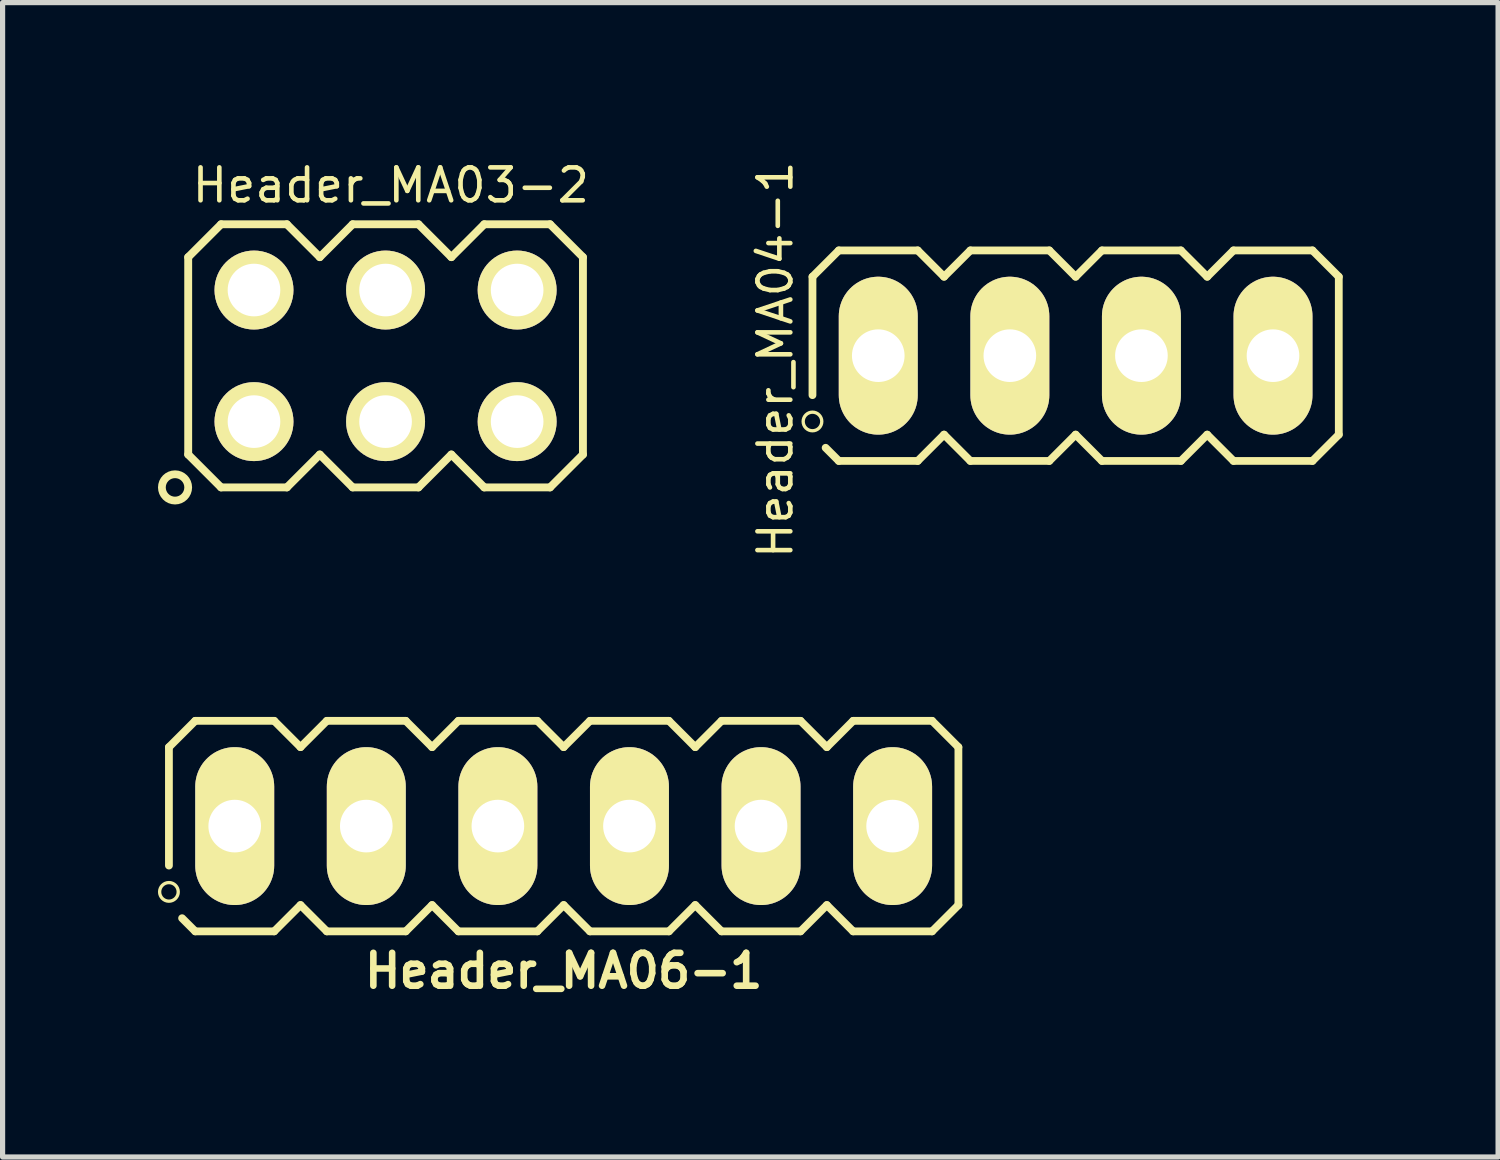
<source format=kicad_pcb>
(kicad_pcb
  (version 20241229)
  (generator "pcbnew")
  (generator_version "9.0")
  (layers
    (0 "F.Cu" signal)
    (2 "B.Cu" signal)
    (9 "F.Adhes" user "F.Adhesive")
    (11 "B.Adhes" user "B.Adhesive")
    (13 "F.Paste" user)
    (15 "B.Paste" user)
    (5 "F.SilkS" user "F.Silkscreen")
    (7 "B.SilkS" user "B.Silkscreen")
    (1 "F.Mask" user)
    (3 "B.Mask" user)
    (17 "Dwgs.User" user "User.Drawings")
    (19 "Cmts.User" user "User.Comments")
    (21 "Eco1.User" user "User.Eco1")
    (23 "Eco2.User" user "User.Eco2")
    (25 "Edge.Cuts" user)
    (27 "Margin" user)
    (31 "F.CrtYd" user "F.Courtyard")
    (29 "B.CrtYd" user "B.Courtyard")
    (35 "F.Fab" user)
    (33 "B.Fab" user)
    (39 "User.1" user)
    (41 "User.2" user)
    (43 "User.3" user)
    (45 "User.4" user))
  (footprint "Header_MA03-2"
    (layer "F.Cu")
    (at 4.393 3.819)
    (property "Reference" "Header_MA03-2" (at 0.102 -3.292 180) (layer "F.SilkS") (effects (font (size 0.635 0.635) (thickness 0.089))))
    (attr exclude_from_pos_files exclude_from_bom)
    (fp_line (start -3.81 -1.905) (end -3.81 1.905) (stroke (width 0.152) (type solid)) (layer "F.SilkS"))
    (fp_line (start -3.81 1.905) (end -3.175 2.54) (stroke (width 0.152) (type solid)) (layer "F.SilkS"))
    (fp_line (start -3.175 -2.54) (end -3.81 -1.905) (stroke (width 0.152) (type solid)) (layer "F.SilkS"))
    (fp_line (start -3.175 -2.54) (end -1.905 -2.54) (stroke (width 0.152) (type solid)) (layer "F.SilkS"))
    (fp_line (start -2.794 -1.524) (end -2.286 -1.524) (stroke (width 0.066) (type solid)) (layer "F.SilkS"))
    (fp_line (start -2.794 -1.016) (end -2.794 -1.524) (stroke (width 0.066) (type solid)) (layer "F.SilkS"))
    (fp_line (start -2.794 -1.016) (end -2.286 -1.016) (stroke (width 0.066) (type solid)) (layer "F.SilkS"))
    (fp_line (start -2.794 1.016) (end -2.286 1.016) (stroke (width 0.066) (type solid)) (layer "F.SilkS"))
    (fp_line (start -2.794 1.524) (end -2.794 1.016) (stroke (width 0.066) (type solid)) (layer "F.SilkS"))
    (fp_line (start -2.794 1.524) (end -2.286 1.524) (stroke (width 0.066) (type solid)) (layer "F.SilkS"))
    (fp_line (start -2.286 -1.016) (end -2.286 -1.524) (stroke (width 0.066) (type solid)) (layer "F.SilkS"))
    (fp_line (start -2.286 1.524) (end -2.286 1.016) (stroke (width 0.066) (type solid)) (layer "F.SilkS"))
    (fp_line (start -1.905 -2.54) (end -1.27 -1.905) (stroke (width 0.152) (type solid)) (layer "F.SilkS"))
    (fp_line (start -1.905 2.54) (end -3.175 2.54) (stroke (width 0.152) (type solid)) (layer "F.SilkS"))
    (fp_line (start -1.27 -1.905) (end -0.635 -2.54) (stroke (width 0.152) (type solid)) (layer "F.SilkS"))
    (fp_line (start -1.27 1.905) (end -1.905 2.54) (stroke (width 0.152) (type solid)) (layer "F.SilkS"))
    (fp_line (start -0.635 -2.54) (end 0.635 -2.54) (stroke (width 0.152) (type solid)) (layer "F.SilkS"))
    (fp_line (start -0.635 2.54) (end -1.27 1.905) (stroke (width 0.152) (type solid)) (layer "F.SilkS"))
    (fp_line (start -0.254 -1.524) (end 0.254 -1.524) (stroke (width 0.066) (type solid)) (layer "F.SilkS"))
    (fp_line (start -0.254 -1.016) (end -0.254 -1.524) (stroke (width 0.066) (type solid)) (layer "F.SilkS"))
    (fp_line (start -0.254 -1.016) (end 0.254 -1.016) (stroke (width 0.066) (type solid)) (layer "F.SilkS"))
    (fp_line (start -0.254 1.016) (end 0.254 1.016) (stroke (width 0.066) (type solid)) (layer "F.SilkS"))
    (fp_line (start -0.254 1.524) (end -0.254 1.016) (stroke (width 0.066) (type solid)) (layer "F.SilkS"))
    (fp_line (start -0.254 1.524) (end 0.254 1.524) (stroke (width 0.066) (type solid)) (layer "F.SilkS"))
    (fp_line (start 0.254 -1.016) (end 0.254 -1.524) (stroke (width 0.066) (type solid)) (layer "F.SilkS"))
    (fp_line (start 0.254 1.524) (end 0.254 1.016) (stroke (width 0.066) (type solid)) (layer "F.SilkS"))
    (fp_line (start 0.635 -2.54) (end 1.27 -1.905) (stroke (width 0.152) (type solid)) (layer "F.SilkS"))
    (fp_line (start 0.635 2.54) (end -0.635 2.54) (stroke (width 0.152) (type solid)) (layer "F.SilkS"))
    (fp_line (start 1.27 -1.905) (end 1.905 -2.54) (stroke (width 0.152) (type solid)) (layer "F.SilkS"))
    (fp_line (start 1.27 1.905) (end 0.635 2.54) (stroke (width 0.152) (type solid)) (layer "F.SilkS"))
    (fp_line (start 1.905 -2.54) (end 3.175 -2.54) (stroke (width 0.152) (type solid)) (layer "F.SilkS"))
    (fp_line (start 1.905 2.54) (end 1.27 1.905) (stroke (width 0.152) (type solid)) (layer "F.SilkS"))
    (fp_line (start 2.286 -1.524) (end 2.794 -1.524) (stroke (width 0.066) (type solid)) (layer "F.SilkS"))
    (fp_line (start 2.286 -1.016) (end 2.286 -1.524) (stroke (width 0.066) (type solid)) (layer "F.SilkS"))
    (fp_line (start 2.286 -1.016) (end 2.794 -1.016) (stroke (width 0.066) (type solid)) (layer "F.SilkS"))
    (fp_line (start 2.286 1.016) (end 2.794 1.016) (stroke (width 0.066) (type solid)) (layer "F.SilkS"))
    (fp_line (start 2.286 1.524) (end 2.286 1.016) (stroke (width 0.066) (type solid)) (layer "F.SilkS"))
    (fp_line (start 2.286 1.524) (end 2.794 1.524) (stroke (width 0.066) (type solid)) (layer "F.SilkS"))
    (fp_line (start 2.794 -1.016) (end 2.794 -1.524) (stroke (width 0.066) (type solid)) (layer "F.SilkS"))
    (fp_line (start 2.794 1.524) (end 2.794 1.016) (stroke (width 0.066) (type solid)) (layer "F.SilkS"))
    (fp_line (start 3.175 -2.54) (end 3.81 -1.905) (stroke (width 0.152) (type solid)) (layer "F.SilkS"))
    (fp_line (start 3.175 2.54) (end 1.905 2.54) (stroke (width 0.152) (type solid)) (layer "F.SilkS"))
    (fp_line (start 3.81 -1.905) (end 3.81 1.905) (stroke (width 0.152) (type solid)) (layer "F.SilkS"))
    (fp_line (start 3.81 1.905) (end 3.175 2.54) (stroke (width 0.152) (type solid)) (layer "F.SilkS"))
    (fp_circle (center -4.064 2.54) (end -3.81 2.54) (stroke (width 0.15) (type solid)) (fill no) (layer "F.SilkS"))
    (pad "1" thru_hole circle (at -2.54 1.27) (size 1.524 1.524) (drill 1.016) (layers "*.Cu" "*.Mask" "F.SilkS" "F.Paste"))
    (pad "2" thru_hole circle (at -2.54 -1.27) (size 1.524 1.524) (drill 1.016) (layers "*.Cu" "*.Mask" "F.SilkS" "F.Paste"))
    (pad "3" thru_hole circle (at 0 1.27) (size 1.524 1.524) (drill 1.016) (layers "*.Cu" "*.Mask" "F.SilkS" "F.Paste"))
    (pad "4" thru_hole circle (at 0 -1.27) (size 1.524 1.524) (drill 1.016) (layers "*.Cu" "*.Mask" "F.SilkS" "F.Paste"))
    (pad "5" thru_hole circle (at 2.54 1.27) (size 1.524 1.524) (drill 1.016) (layers "*.Cu" "*.Mask" "F.SilkS" "F.Paste"))
    (pad "6" thru_hole circle (at 2.54 -1.27) (size 1.524 1.524) (drill 1.016) (layers "*.Cu" "*.Mask" "F.SilkS" "F.Paste")))
  (footprint "Header_MA06-1"
    (layer "F.Cu")
    (at 7.831 12.897)
    (property "Reference" "Header_MA06-1" (at 0 2.794 0) (layer "F.SilkS") (effects (font (size 0.635 0.635) (thickness 0.127))))
    (attr exclude_from_pos_files exclude_from_bom)
    (fp_line (start -7.62 -1.524) (end -7.62 0.762) (stroke (width 0.15) (type solid)) (layer "F.SilkS"))
    (fp_line (start -7.112 -2.032) (end -7.62 -1.524) (stroke (width 0.15) (type solid)) (layer "F.SilkS"))
    (fp_line (start -7.112 2.032) (end -7.366 1.778) (stroke (width 0.15) (type solid)) (layer "F.SilkS"))
    (fp_line (start -6.604 -0.254) (end -6.096 -0.254) (stroke (width 0.066) (type solid)) (layer "F.SilkS"))
    (fp_line (start -6.604 0.254) (end -6.604 -0.254) (stroke (width 0.066) (type solid)) (layer "F.SilkS"))
    (fp_line (start -6.604 0.254) (end -6.096 0.254) (stroke (width 0.066) (type solid)) (layer "F.SilkS"))
    (fp_line (start -6.096 0.254) (end -6.096 -0.254) (stroke (width 0.066) (type solid)) (layer "F.SilkS"))
    (fp_line (start -5.588 -2.032) (end -7.112 -2.032) (stroke (width 0.15) (type solid)) (layer "F.SilkS"))
    (fp_line (start -5.588 -2.032) (end -5.08 -1.524) (stroke (width 0.15) (type solid)) (layer "F.SilkS"))
    (fp_line (start -5.588 2.032) (end -7.112 2.032) (stroke (width 0.15) (type solid)) (layer "F.SilkS"))
    (fp_line (start -5.08 -1.524) (end -4.572 -2.032) (stroke (width 0.15) (type solid)) (layer "F.SilkS"))
    (fp_line (start -5.08 1.524) (end -5.588 2.032) (stroke (width 0.15) (type solid)) (layer "F.SilkS"))
    (fp_line (start -4.572 -2.032) (end -3.048 -2.032) (stroke (width 0.15) (type solid)) (layer "F.SilkS"))
    (fp_line (start -4.572 2.032) (end -5.08 1.524) (stroke (width 0.15) (type solid)) (layer "F.SilkS"))
    (fp_line (start -4.064 -0.254) (end -3.556 -0.254) (stroke (width 0.066) (type solid)) (layer "F.SilkS"))
    (fp_line (start -4.064 0.254) (end -4.064 -0.254) (stroke (width 0.066) (type solid)) (layer "F.SilkS"))
    (fp_line (start -4.064 0.254) (end -3.556 0.254) (stroke (width 0.066) (type solid)) (layer "F.SilkS"))
    (fp_line (start -3.556 0.254) (end -3.556 -0.254) (stroke (width 0.066) (type solid)) (layer "F.SilkS"))
    (fp_line (start -3.048 -2.032) (end -2.54 -1.524) (stroke (width 0.15) (type solid)) (layer "F.SilkS"))
    (fp_line (start -3.048 2.032) (end -4.572 2.032) (stroke (width 0.15) (type solid)) (layer "F.SilkS"))
    (fp_line (start -2.54 -1.524) (end -2.032 -2.032) (stroke (width 0.15) (type solid)) (layer "F.SilkS"))
    (fp_line (start -2.54 1.524) (end -3.048 2.032) (stroke (width 0.15) (type solid)) (layer "F.SilkS"))
    (fp_line (start -2.032 -2.032) (end -0.508 -2.032) (stroke (width 0.15) (type solid)) (layer "F.SilkS"))
    (fp_line (start -2.032 2.032) (end -2.54 1.524) (stroke (width 0.15) (type solid)) (layer "F.SilkS"))
    (fp_line (start -1.524 -0.254) (end -1.016 -0.254) (stroke (width 0.066) (type solid)) (layer "F.SilkS"))
    (fp_line (start -1.524 0.254) (end -1.524 -0.254) (stroke (width 0.066) (type solid)) (layer "F.SilkS"))
    (fp_line (start -1.524 0.254) (end -1.016 0.254) (stroke (width 0.066) (type solid)) (layer "F.SilkS"))
    (fp_line (start -1.016 0.254) (end -1.016 -0.254) (stroke (width 0.066) (type solid)) (layer "F.SilkS"))
    (fp_line (start -0.508 -2.032) (end 0 -1.524) (stroke (width 0.15) (type solid)) (layer "F.SilkS"))
    (fp_line (start -0.508 2.032) (end -2.032 2.032) (stroke (width 0.15) (type solid)) (layer "F.SilkS"))
    (fp_line (start 0 -1.524) (end 0.508 -2.032) (stroke (width 0.15) (type solid)) (layer "F.SilkS"))
    (fp_line (start 0 1.524) (end -0.508 2.032) (stroke (width 0.15) (type solid)) (layer "F.SilkS"))
    (fp_line (start 0.508 -2.032) (end 2.032 -2.032) (stroke (width 0.15) (type solid)) (layer "F.SilkS"))
    (fp_line (start 0.508 2.032) (end 0 1.524) (stroke (width 0.15) (type solid)) (layer "F.SilkS"))
    (fp_line (start 1.016 -0.254) (end 1.524 -0.254) (stroke (width 0.066) (type solid)) (layer "F.SilkS"))
    (fp_line (start 1.016 0.254) (end 1.016 -0.254) (stroke (width 0.066) (type solid)) (layer "F.SilkS"))
    (fp_line (start 1.016 0.254) (end 1.524 0.254) (stroke (width 0.066) (type solid)) (layer "F.SilkS"))
    (fp_line (start 1.524 0.254) (end 1.524 -0.254) (stroke (width 0.066) (type solid)) (layer "F.SilkS"))
    (fp_line (start 2.032 -2.032) (end 2.54 -1.524) (stroke (width 0.15) (type solid)) (layer "F.SilkS"))
    (fp_line (start 2.032 2.032) (end 0.508 2.032) (stroke (width 0.15) (type solid)) (layer "F.SilkS"))
    (fp_line (start 2.54 -1.524) (end 3.048 -2.032) (stroke (width 0.15) (type solid)) (layer "F.SilkS"))
    (fp_line (start 2.54 1.524) (end 2.032 2.032) (stroke (width 0.15) (type solid)) (layer "F.SilkS"))
    (fp_line (start 3.048 -2.032) (end 4.572 -2.032) (stroke (width 0.15) (type solid)) (layer "F.SilkS"))
    (fp_line (start 3.048 2.032) (end 2.54 1.524) (stroke (width 0.15) (type solid)) (layer "F.SilkS"))
    (fp_line (start 3.556 -0.254) (end 4.064 -0.254) (stroke (width 0.066) (type solid)) (layer "F.SilkS"))
    (fp_line (start 3.556 0.254) (end 3.556 -0.254) (stroke (width 0.066) (type solid)) (layer "F.SilkS"))
    (fp_line (start 3.556 0.254) (end 4.064 0.254) (stroke (width 0.066) (type solid)) (layer "F.SilkS"))
    (fp_line (start 4.064 0.254) (end 4.064 -0.254) (stroke (width 0.066) (type solid)) (layer "F.SilkS"))
    (fp_line (start 4.572 -2.032) (end 5.08 -1.524) (stroke (width 0.15) (type solid)) (layer "F.SilkS"))
    (fp_line (start 4.572 2.032) (end 3.048 2.032) (stroke (width 0.15) (type solid)) (layer "F.SilkS"))
    (fp_line (start 5.08 -1.524) (end 5.588 -2.032) (stroke (width 0.15) (type solid)) (layer "F.SilkS"))
    (fp_line (start 5.08 1.524) (end 4.572 2.032) (stroke (width 0.15) (type solid)) (layer "F.SilkS"))
    (fp_line (start 5.588 -2.032) (end 7.112 -2.032) (stroke (width 0.15) (type solid)) (layer "F.SilkS"))
    (fp_line (start 5.588 2.032) (end 5.08 1.524) (stroke (width 0.15) (type solid)) (layer "F.SilkS"))
    (fp_line (start 6.096 -0.254) (end 6.604 -0.254) (stroke (width 0.066) (type solid)) (layer "F.SilkS"))
    (fp_line (start 6.096 0.254) (end 6.096 -0.254) (stroke (width 0.066) (type solid)) (layer "F.SilkS"))
    (fp_line (start 6.096 0.254) (end 6.604 0.254) (stroke (width 0.066) (type solid)) (layer "F.SilkS"))
    (fp_line (start 6.604 0.254) (end 6.604 -0.254) (stroke (width 0.066) (type solid)) (layer "F.SilkS"))
    (fp_line (start 7.112 -2.032) (end 7.62 -1.524) (stroke (width 0.15) (type solid)) (layer "F.SilkS"))
    (fp_line (start 7.112 2.032) (end 5.588 2.032) (stroke (width 0.15) (type solid)) (layer "F.SilkS"))
    (fp_line (start 7.62 -1.524) (end 7.62 1.524) (stroke (width 0.15) (type solid)) (layer "F.SilkS"))
    (fp_line (start 7.62 1.524) (end 7.112 2.032) (stroke (width 0.15) (type solid)) (layer "F.SilkS"))
    (fp_circle (center -7.62 1.27) (end -7.747 1.397) (stroke (width 0.064) (type solid)) (fill no) (layer "F.SilkS"))
    (pad "1" thru_hole oval (at -6.35 0 180) (size 1.524 3.048) (drill 1.016) (layers "*.Cu" "*.Mask" "F.SilkS" "F.Paste"))
    (pad "2" thru_hole oval (at -3.81 0 180) (size 1.524 3.048) (drill 1.016) (layers "*.Cu" "*.Mask" "F.SilkS" "F.Paste"))
    (pad "3" thru_hole oval (at -1.27 0 180) (size 1.524 3.048) (drill 1.016) (layers "*.Cu" "*.Mask" "F.SilkS" "F.Paste"))
    (pad "4" thru_hole oval (at 1.27 0 180) (size 1.524 3.048) (drill 1.016) (layers "*.Cu" "*.Mask" "F.SilkS" "F.Paste"))
    (pad "5" thru_hole oval (at 3.81 0 180) (size 1.524 3.048) (drill 1.016) (layers "*.Cu" "*.Mask" "F.SilkS" "F.Paste"))
    (pad "6" thru_hole oval (at 6.35 0 180) (size 1.524 3.048) (drill 1.016) (layers "*.Cu" "*.Mask" "F.SilkS" "F.Paste")))
  (footprint "Header_MA04-1"
    (layer "F.Cu")
    (at 17.714 3.816)
    (property "Reference" "Header_MA04-1" (at -5.797 0.079 270) (layer "F.SilkS") (effects (font (size 0.635 0.635) (thickness 0.089))))
    (attr exclude_from_pos_files exclude_from_bom)
    (fp_line (start -5.08 -1.524) (end -5.08 0.762) (stroke (width 0.15) (type solid)) (layer "F.SilkS"))
    (fp_line (start -4.572 -2.032) (end -5.08 -1.524) (stroke (width 0.15) (type solid)) (layer "F.SilkS"))
    (fp_line (start -4.572 2.032) (end -4.826 1.778) (stroke (width 0.15) (type solid)) (layer "F.SilkS"))
    (fp_line (start -4.064 -0.254) (end -3.556 -0.254) (stroke (width 0.066) (type solid)) (layer "F.SilkS"))
    (fp_line (start -4.064 0.254) (end -4.064 -0.254) (stroke (width 0.066) (type solid)) (layer "F.SilkS"))
    (fp_line (start -4.064 0.254) (end -3.556 0.254) (stroke (width 0.066) (type solid)) (layer "F.SilkS"))
    (fp_line (start -3.556 0.254) (end -3.556 -0.254) (stroke (width 0.066) (type solid)) (layer "F.SilkS"))
    (fp_line (start -3.048 -2.032) (end -4.572 -2.032) (stroke (width 0.15) (type solid)) (layer "F.SilkS"))
    (fp_line (start -3.048 2.032) (end -4.572 2.032) (stroke (width 0.15) (type solid)) (layer "F.SilkS"))
    (fp_line (start -2.54 -1.524) (end -3.048 -2.032) (stroke (width 0.15) (type solid)) (layer "F.SilkS"))
    (fp_line (start -2.54 1.524) (end -3.048 2.032) (stroke (width 0.15) (type solid)) (layer "F.SilkS"))
    (fp_line (start -2.54 1.524) (end -2.032 2.032) (stroke (width 0.15) (type solid)) (layer "F.SilkS"))
    (fp_line (start -2.032 -2.032) (end -2.54 -1.524) (stroke (width 0.15) (type solid)) (layer "F.SilkS"))
    (fp_line (start -2.032 2.032) (end -0.508 2.032) (stroke (width 0.15) (type solid)) (layer "F.SilkS"))
    (fp_line (start -1.524 -0.254) (end -1.016 -0.254) (stroke (width 0.066) (type solid)) (layer "F.SilkS"))
    (fp_line (start -1.524 0.254) (end -1.524 -0.254) (stroke (width 0.066) (type solid)) (layer "F.SilkS"))
    (fp_line (start -1.524 0.254) (end -1.016 0.254) (stroke (width 0.066) (type solid)) (layer "F.SilkS"))
    (fp_line (start -1.016 0.254) (end -1.016 -0.254) (stroke (width 0.066) (type solid)) (layer "F.SilkS"))
    (fp_line (start -0.508 -2.032) (end -2.032 -2.032) (stroke (width 0.15) (type solid)) (layer "F.SilkS"))
    (fp_line (start -0.508 2.032) (end 0 1.524) (stroke (width 0.15) (type solid)) (layer "F.SilkS"))
    (fp_line (start 0 -1.524) (end -0.508 -2.032) (stroke (width 0.15) (type solid)) (layer "F.SilkS"))
    (fp_line (start 0 1.524) (end 0.508 2.032) (stroke (width 0.15) (type solid)) (layer "F.SilkS"))
    (fp_line (start 0.508 -2.032) (end 0 -1.524) (stroke (width 0.15) (type solid)) (layer "F.SilkS"))
    (fp_line (start 0.508 2.032) (end 2.032 2.032) (stroke (width 0.15) (type solid)) (layer "F.SilkS"))
    (fp_line (start 1.016 -0.254) (end 1.524 -0.254) (stroke (width 0.066) (type solid)) (layer "F.SilkS"))
    (fp_line (start 1.016 0.254) (end 1.016 -0.254) (stroke (width 0.066) (type solid)) (layer "F.SilkS"))
    (fp_line (start 1.016 0.254) (end 1.524 0.254) (stroke (width 0.066) (type solid)) (layer "F.SilkS"))
    (fp_line (start 1.524 0.254) (end 1.524 -0.254) (stroke (width 0.066) (type solid)) (layer "F.SilkS"))
    (fp_line (start 2.032 -2.032) (end 0.508 -2.032) (stroke (width 0.15) (type solid)) (layer "F.SilkS"))
    (fp_line (start 2.032 2.032) (end 2.54 1.524) (stroke (width 0.15) (type solid)) (layer "F.SilkS"))
    (fp_line (start 2.54 -1.524) (end 2.032 -2.032) (stroke (width 0.15) (type solid)) (layer "F.SilkS"))
    (fp_line (start 2.54 -1.524) (end 3.048 -2.032) (stroke (width 0.15) (type solid)) (layer "F.SilkS"))
    (fp_line (start 2.54 1.524) (end 3.048 2.032) (stroke (width 0.15) (type solid)) (layer "F.SilkS"))
    (fp_line (start 3.048 2.032) (end 4.572 2.032) (stroke (width 0.15) (type solid)) (layer "F.SilkS"))
    (fp_line (start 3.556 -0.254) (end 4.064 -0.254) (stroke (width 0.066) (type solid)) (layer "F.SilkS"))
    (fp_line (start 3.556 0.254) (end 3.556 -0.254) (stroke (width 0.066) (type solid)) (layer "F.SilkS"))
    (fp_line (start 3.556 0.254) (end 4.064 0.254) (stroke (width 0.066) (type solid)) (layer "F.SilkS"))
    (fp_line (start 4.064 0.254) (end 4.064 -0.254) (stroke (width 0.066) (type solid)) (layer "F.SilkS"))
    (fp_line (start 4.572 -2.032) (end 3.048 -2.032) (stroke (width 0.15) (type solid)) (layer "F.SilkS"))
    (fp_line (start 4.572 2.032) (end 5.08 1.524) (stroke (width 0.15) (type solid)) (layer "F.SilkS"))
    (fp_line (start 5.08 -1.524) (end 4.572 -2.032) (stroke (width 0.15) (type solid)) (layer "F.SilkS"))
    (fp_line (start 5.08 1.524) (end 5.08 -1.524) (stroke (width 0.15) (type solid)) (layer "F.SilkS"))
    (fp_circle (center -5.08 1.27) (end -5.207 1.397) (stroke (width 0.064) (type solid)) (fill no) (layer "F.SilkS"))
    (pad "1" thru_hole oval (at -3.81 0 180) (size 1.524 3.048) (drill 1.016) (layers "*.Cu" "*.Mask" "F.SilkS" "F.Paste"))
    (pad "2" thru_hole oval (at -1.27 0 180) (size 1.524 3.048) (drill 1.016) (layers "*.Cu" "*.Mask" "F.SilkS" "F.Paste"))
    (pad "3" thru_hole oval (at 1.27 0 180) (size 1.524 3.048) (drill 1.016) (layers "*.Cu" "*.Mask" "F.SilkS" "F.Paste"))
    (pad "4" thru_hole oval (at 3.81 0 180) (size 1.524 3.048) (drill 1.016) (layers "*.Cu" "*.Mask" "F.SilkS" "F.Paste")))
  (gr_rect
    (start -3 -3)
    (end 25.869 19.285)
    (stroke (width 0.1) (type default))
    (fill no)
    (layer "Edge.Cuts")))
</source>
